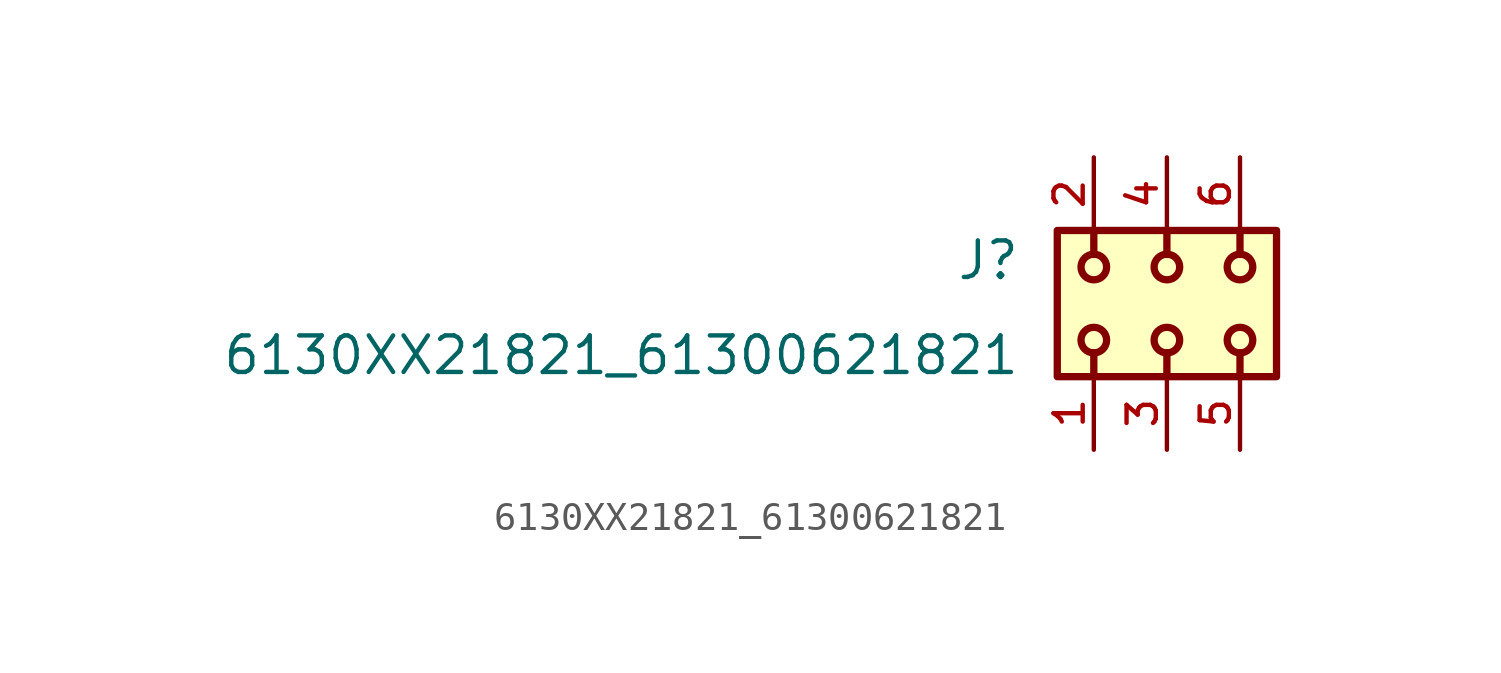
<source format=kicad_sym>
(kicad_symbol_lib
  (version 20211014)
  (generator kicad_symbol_editor)
  (symbol "6130XX21821_61300621821"
    (pin_names
      (offset 1.016))
    (property "Reference" "J"
      (at -5.08 0.762 0)
      (effects (font (size 1.27 1.27)) (justify bottom right)))
    (property "Value" "6130XX21821_61300621821"
      (at -5.08 -2.54 0)
      (effects (font (size 1.27 1.27)) (justify bottom right)))
    (symbol "6130XX21821_61300621821_0_0"
      (polyline (pts (xy 2.54 1.705) (xy 2.54 2.54)) (stroke (width 0.254)))
      (polyline (pts (xy 0.0 1.705) (xy 0.0 2.54)) (stroke (width 0.254)))
      (polyline (pts (xy -2.54 1.705) (xy -2.54 2.54)) (stroke (width 0.254)))
      (polyline (pts (xy -2.54 -1.705) (xy -2.54 -2.54)) (stroke (width 0.254)))
      (polyline (pts (xy 0.0 -1.705) (xy 0.0 -2.54)) (stroke (width 0.254)))
      (polyline (pts (xy 2.54 -1.705) (xy 2.54 -2.54)) (stroke (width 0.254)))
      (circle (center 2.54 1.27) (radius 0.445) (stroke (width 0.254)) (fill (type none)))
      (circle (center 0.0 1.27) (radius 0.445) (stroke (width 0.254)) (fill (type none)))
      (circle (center -2.54 1.27) (radius 0.445) (stroke (width 0.254)) (fill (type none)))
      (circle (center -2.54 -1.27) (radius 0.445) (stroke (width 0.254)) (fill (type none)))
      (circle (center 0.0 -1.27) (radius 0.445) (stroke (width 0.254)) (fill (type none)))
      (circle (center 2.54 -1.27) (radius 0.445) (stroke (width 0.254)) (fill (type none)))
      (rectangle (start -3.81 -2.54) (end 3.81 2.54) (stroke (width 0.254)) (fill (type background)))
      (pin passive line (at -2.54 -5.08 90.0) (length 2.54) (name "~" (effects (font (size 1.016 1.016)))) (number "1" (effects (font (size 1.016 1.016)))))
      (pin passive line (at -2.54 5.08 270.0) (length 2.54) (name "~" (effects (font (size 1.016 1.016)))) (number "2" (effects (font (size 1.016 1.016)))))
      (pin passive line (at 0.0 -5.08 90.0) (length 2.54) (name "~" (effects (font (size 1.016 1.016)))) (number "3" (effects (font (size 1.016 1.016)))))
      (pin passive line (at 0.0 5.08 270.0) (length 2.54) (name "~" (effects (font (size 1.016 1.016)))) (number "4" (effects (font (size 1.016 1.016)))))
      (pin passive line (at 2.54 -5.08 90.0) (length 2.54) (name "~" (effects (font (size 1.016 1.016)))) (number "5" (effects (font (size 1.016 1.016)))))
      (pin passive line (at 2.54 5.08 270.0) (length 2.54) (name "~" (effects (font (size 1.016 1.016)))) (number "6" (effects (font (size 1.016 1.016))))))))
</source>
